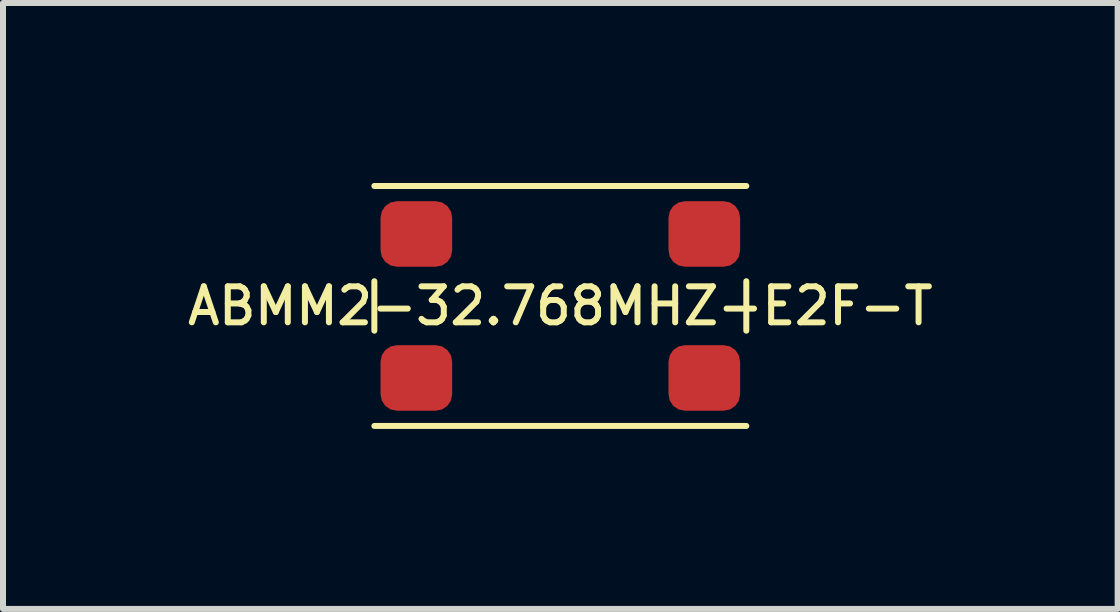
<source format=kicad_pcb>
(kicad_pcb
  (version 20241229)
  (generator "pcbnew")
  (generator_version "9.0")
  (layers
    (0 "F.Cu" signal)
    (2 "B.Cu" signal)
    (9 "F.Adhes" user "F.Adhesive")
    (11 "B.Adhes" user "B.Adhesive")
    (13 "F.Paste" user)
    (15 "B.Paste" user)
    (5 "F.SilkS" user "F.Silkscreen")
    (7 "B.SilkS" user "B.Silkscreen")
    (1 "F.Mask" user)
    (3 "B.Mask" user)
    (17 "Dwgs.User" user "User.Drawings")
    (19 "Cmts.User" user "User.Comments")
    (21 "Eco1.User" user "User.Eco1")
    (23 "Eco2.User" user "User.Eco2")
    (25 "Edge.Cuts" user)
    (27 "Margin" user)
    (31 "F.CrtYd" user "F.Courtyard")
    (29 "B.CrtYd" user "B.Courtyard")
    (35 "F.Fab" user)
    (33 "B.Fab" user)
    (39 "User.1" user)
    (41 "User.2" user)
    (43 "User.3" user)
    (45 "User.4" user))
  (footprint "ABMM2-32.768MHZ-E2F-T"
    (layer "F.Cu")
    (at 6.29 2.05)
    (property "Reference" "ABMM2-32.768MHZ-E2F-T" (at 0 0 0) (layer "F.SilkS") (effects (font (size 0.6 0.6) (thickness 0.1))))
    (attr smd)
    (fp_line (start -3.1 -0.412) (end -3.1 0.412) (stroke (width 0.1) (type solid)) (layer "F.SilkS"))
    (fp_line (start -3.1 2) (end 3.1 2) (stroke (width 0.1) (type solid)) (layer "F.SilkS"))
    (fp_line (start 3.1 -2) (end -3.1 -2) (stroke (width 0.1) (type solid)) (layer "F.SilkS"))
    (fp_line (start 3.1 0.412) (end 3.1 -0.412) (stroke (width 0.1) (type solid)) (layer "F.SilkS"))
    (pad "1" smd roundrect (at -2.4 -1.2 90) (size 1.092 1.194) (layers "F.Cu" "F.Mask" "F.Paste") (roundrect_rratio 0.25))
    (pad "2" smd roundrect (at -2.4 1.2 90) (size 1.092 1.194) (layers "F.Cu" "F.Mask" "F.Paste") (roundrect_rratio 0.25))
    (pad "3" smd roundrect (at 2.4 1.2 90) (size 1.092 1.194) (layers "F.Cu" "F.Mask" "F.Paste") (roundrect_rratio 0.25))
    (pad "4" smd roundrect (at 2.4 -1.2 90) (size 1.092 1.194) (layers "F.Cu" "F.Mask" "F.Paste") (roundrect_rratio 0.25)))
  (gr_rect
    (start -3 -3)
    (end 15.58 7.1)
    (stroke (width 0.1) (type default))
    (fill no)
    (layer "Edge.Cuts")))
</source>
